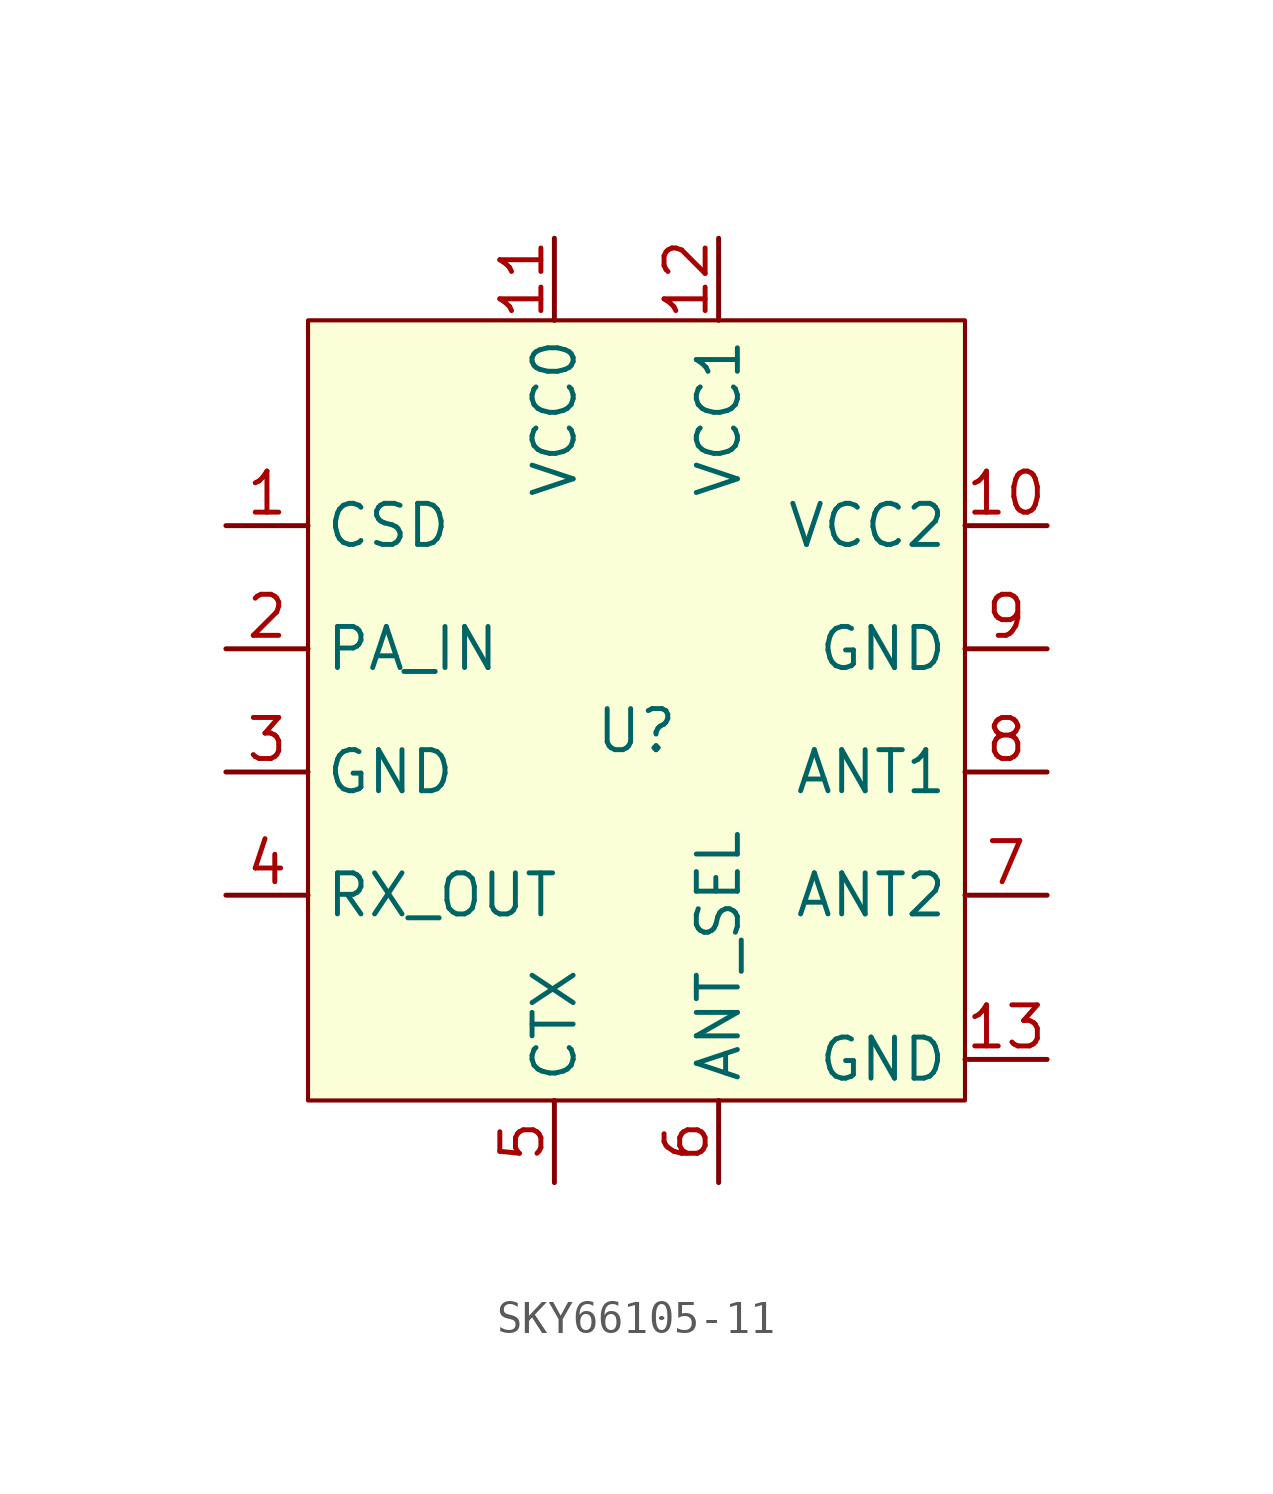
<source format=kicad_sym>
(kicad_symbol_lib
  (version 20231120)
  (generator "kicad_symbol_editor")
  (generator_version "8.0")
  (symbol "SKY66105-11"
    (property "Reference" "U"
      (at 0 0 0)
      (effects (font (size 1.27 1.27))))
    (property "Value" ""
      (at 0 0 0)
      (effects (font (size 1.27 1.27))))
    (symbol "SKY66105-11_0_1"
      (rectangle (start -10.16 12.7) (end 10.16 -11.43) (stroke (width 0.127) (type default) (color 132 0 0 1)) (fill (type color) (color 251 255 216 1))))
    (symbol "SKY66105-11_1_1"
      (pin input line (at -12.7 6.35 0) (length 2.54) (name "CSD" (effects (font (size 1.27 1.27)))) (number "1" (effects (font (size 1.27 1.27)))))
      (pin power_in line (at 12.7 6.35 180) (length 2.54) (name "VCC2" (effects (font (size 1.27 1.27)))) (number "10" (effects (font (size 1.27 1.27)))))
      (pin power_in line (at -2.54 15.24 270) (length 2.54) (name "VCC0" (effects (font (size 1.27 1.27)))) (number "11" (effects (font (size 1.27 1.27)))))
      (pin power_in line (at 2.54 15.24 270) (length 2.54) (name "VCC1" (effects (font (size 1.27 1.27)))) (number "12" (effects (font (size 1.27 1.27)))))
      (pin power_in line (at 12.7 -10.16 180) (length 2.54) (name "GND" (effects (font (size 1.27 1.27)))) (number "13" (effects (font (size 1.27 1.27)))))
      (pin input line (at -12.7 2.54 0) (length 2.54) (name "PA_IN" (effects (font (size 1.27 1.27)))) (number "2" (effects (font (size 1.27 1.27)))))
      (pin power_in line (at -12.7 -1.27 0) (length 2.54) (name "GND" (effects (font (size 1.27 1.27)))) (number "3" (effects (font (size 1.27 1.27)))))
      (pin output line (at -12.7 -5.08 0) (length 2.54) (name "RX_OUT" (effects (font (size 1.27 1.27)))) (number "4" (effects (font (size 1.27 1.27)))))
      (pin input line (at -2.54 -13.97 90) (length 2.54) (name "CTX" (effects (font (size 1.27 1.27)))) (number "5" (effects (font (size 1.27 1.27)))))
      (pin input line (at 2.54 -13.97 90) (length 2.54) (name "ANT_SEL" (effects (font (size 1.27 1.27)))) (number "6" (effects (font (size 1.27 1.27)))))
      (pin output line (at 12.7 -5.08 180) (length 2.54) (name "ANT2" (effects (font (size 1.27 1.27)))) (number "7" (effects (font (size 1.27 1.27)))))
      (pin output line (at 12.7 -1.27 180) (length 2.54) (name "ANT1" (effects (font (size 1.27 1.27)))) (number "8" (effects (font (size 1.27 1.27)))))
      (pin power_in line (at 12.7 2.54 180) (length 2.54) (name "GND" (effects (font (size 1.27 1.27)))) (number "9" (effects (font (size 1.27 1.27))))))))
</source>
